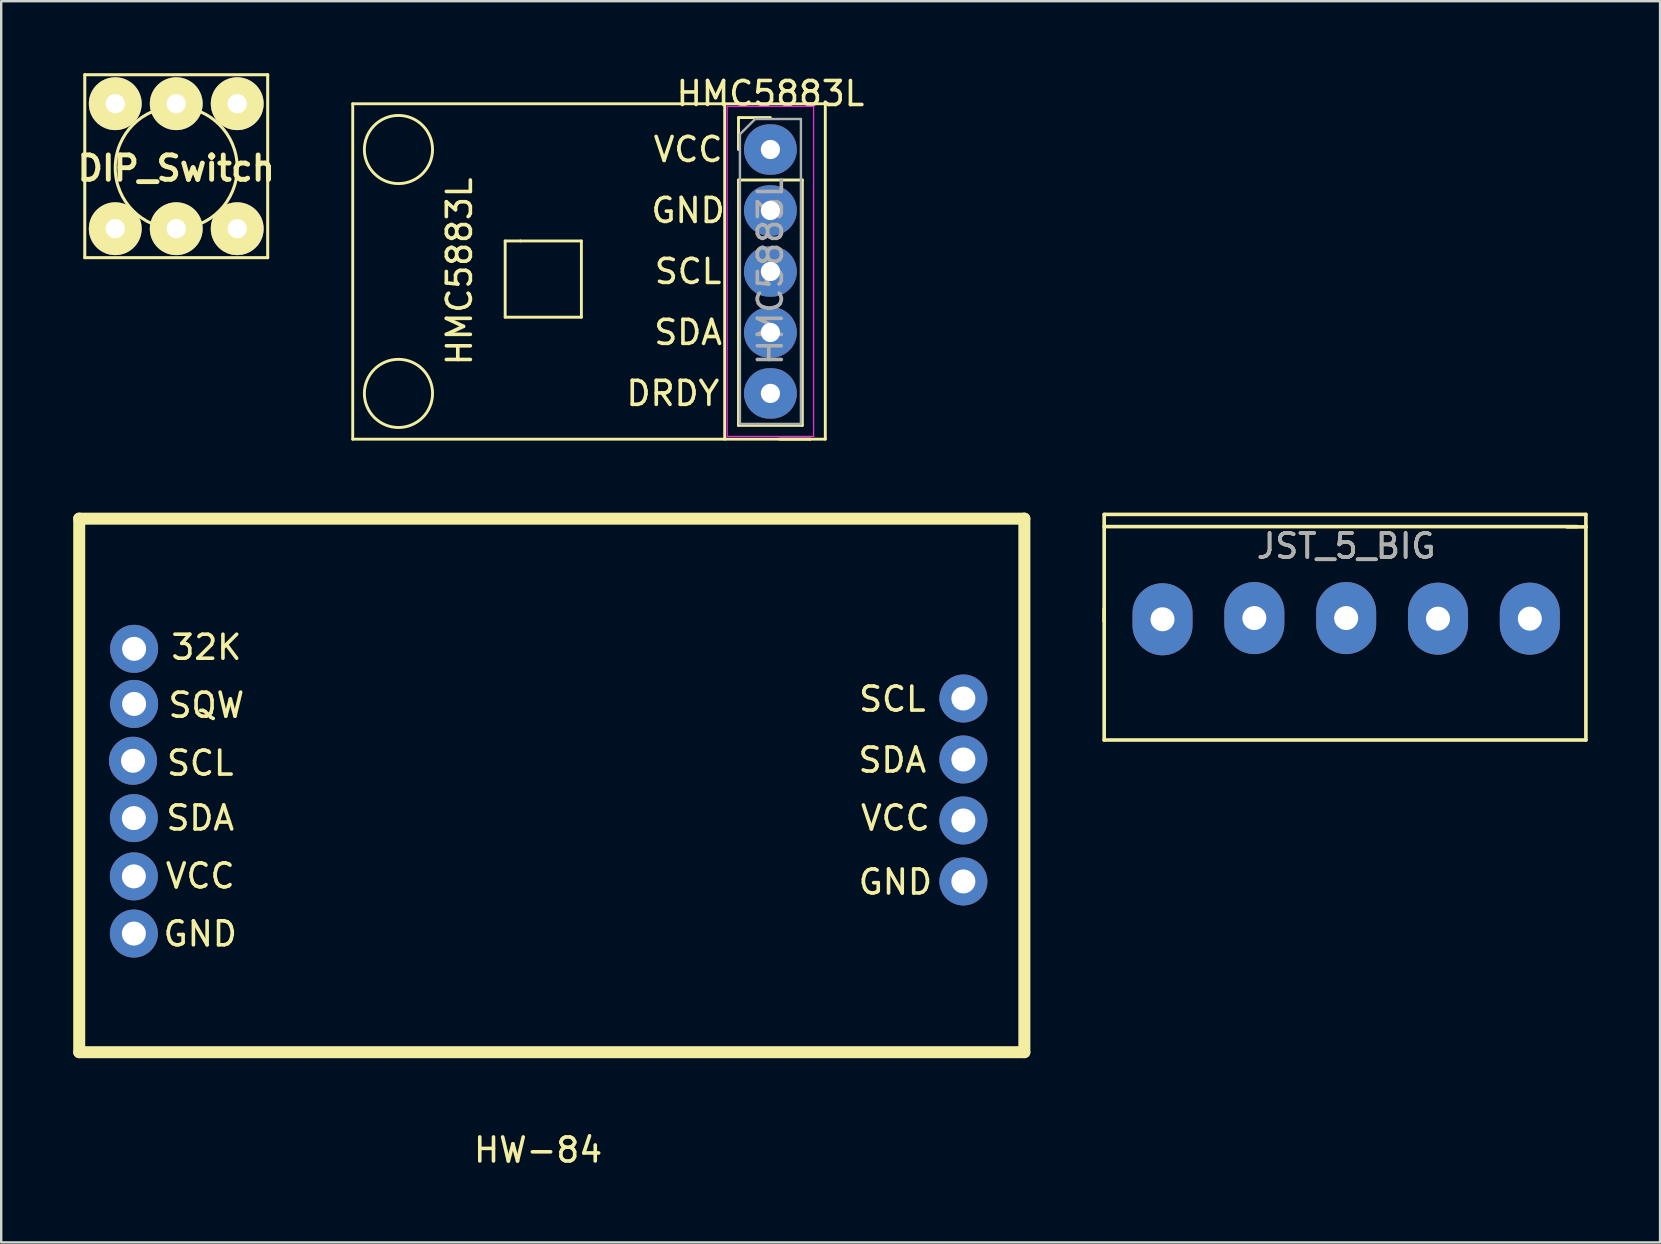
<source format=kicad_pcb>
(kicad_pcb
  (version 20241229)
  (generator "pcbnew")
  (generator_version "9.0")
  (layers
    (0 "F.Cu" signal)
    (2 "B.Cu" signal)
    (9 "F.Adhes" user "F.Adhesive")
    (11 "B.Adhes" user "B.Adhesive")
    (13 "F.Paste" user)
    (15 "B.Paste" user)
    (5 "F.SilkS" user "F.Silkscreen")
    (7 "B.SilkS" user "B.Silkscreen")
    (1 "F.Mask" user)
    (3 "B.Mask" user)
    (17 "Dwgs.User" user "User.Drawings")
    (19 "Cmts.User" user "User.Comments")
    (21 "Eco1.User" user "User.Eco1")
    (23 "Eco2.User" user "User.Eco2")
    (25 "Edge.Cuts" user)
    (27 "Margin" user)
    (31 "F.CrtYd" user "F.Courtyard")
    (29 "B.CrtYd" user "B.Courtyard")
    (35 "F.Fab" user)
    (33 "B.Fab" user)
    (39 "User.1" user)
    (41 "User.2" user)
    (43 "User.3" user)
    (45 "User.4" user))
  (footprint "DIP_Switch"
    (layer "F.Cu")
    (at 4.291 3.81)
    (property "Reference" "DIP_Switch" (at 0 0.15 0) (layer "F.SilkS") (effects (font (size 1.016 1.016) (thickness 0.203))))
    (attr through_hole)
    (fp_line (start -3.81 -3.747) (end -3.81 3.873) (stroke (width 0.127) (type solid)) (layer "F.SilkS"))
    (fp_line (start -3.81 -3.747) (end 3.81 -3.747) (stroke (width 0.127) (type solid)) (layer "F.SilkS"))
    (fp_line (start 3.81 -3.747) (end 3.81 3.873) (stroke (width 0.127) (type solid)) (layer "F.SilkS"))
    (fp_line (start 3.81 3.873) (end -3.81 3.873) (stroke (width 0.127) (type solid)) (layer "F.SilkS"))
    (fp_circle (center 0 0.127) (end 0 -2.413) (stroke (width 0.127) (type solid)) (fill no) (layer "F.SilkS"))
    (pad "" thru_hole circle (at -2.54 -2.54) (size 2.2 2.2) (drill 0.8) (layers "*.Cu" "*.Mask" "F.SilkS"))
    (pad "" thru_hole circle (at -2.54 2.667) (size 2.2 2.2) (drill 0.8) (layers "*.Cu" "*.Mask" "F.SilkS"))
    (pad "" thru_hole circle (at 0 -2.54) (size 2.2 2.2) (drill 0.8) (layers "*.Cu" "*.Mask" "F.SilkS"))
    (pad "" thru_hole circle (at 2.54 -2.54) (size 2.2 2.2) (drill 0.8) (layers "*.Cu" "*.Mask" "F.SilkS"))
    (pad "1" thru_hole circle (at 0 2.667) (size 2.2 2.2) (drill 0.8) (layers "*.Cu" "*.Mask" "F.SilkS"))
    (pad "2" thru_hole circle (at 2.54 2.667) (size 2.2 2.2) (drill 0.8) (layers "*.Cu" "*.Mask" "F.SilkS")))
  (footprint "JST_5_BIG"
    (layer "F.Cu")
    (at 48.025 22.696)
    (property "Reference" "JST_5_BIG" (at 5 -3 0) (layer "F.SilkS") (effects (font (size 1 1) (thickness 0.15))))
    (attr through_hole)
    (fp_line (start -5.08 -4.318) (end 14.986 -4.318) (stroke (width 0.15) (type solid)) (layer "F.SilkS"))
    (fp_line (start -5.08 -3.81) (end 14.605 -3.81) (stroke (width 0.15) (type solid)) (layer "F.SilkS"))
    (fp_line (start -5.08 0.127) (end -5.08 -4.318) (stroke (width 0.15) (type solid)) (layer "F.SilkS"))
    (fp_line (start -5.08 5.08) (end -5.08 -0.381) (stroke (width 0.15) (type solid)) (layer "F.SilkS"))
    (fp_line (start 14.986 -4.318) (end 14.986 5.08) (stroke (width 0.15) (type solid)) (layer "F.SilkS"))
    (fp_line (start 14.986 5.08) (end -5.08 5.08) (stroke (width 0.15) (type solid)) (layer "F.SilkS"))
    (fp_line (start 15 -3.8) (end 14.2 -3.8) (stroke (width 0.15) (type solid)) (layer "F.SilkS"))
    (fp_line (start -4.991 0.089) (end -4.978 0.089) (stroke (width 0.15) (type solid)) (layer "B.Adhes"))
    (fp_line (start 1.143 5.042) (end 1.143 5.029) (stroke (width 0.15) (type solid)) (layer "B.Adhes"))
    (fp_text user "${REFERENCE}" (at 5 -3 0) (layer "F.Fab") (effects (font (size 1 1) (thickness 0.15))))
    (pad "1" thru_hole oval (at -2.65 0.05) (size 2.5 3) (drill 1) (layers "*.Cu" "*.Mask"))
    (pad "2" thru_hole oval (at 1.175 0) (size 2.5 3) (drill 1) (layers "*.Cu" "*.Mask"))
    (pad "3" thru_hole oval (at 5 0) (size 2.5 3) (drill 1) (layers "*.Cu" "*.Mask"))
    (pad "4" thru_hole oval (at 8.825 0.025) (size 2.5 3) (drill 1) (layers "*.Cu" "*.Mask"))
    (pad "5" thru_hole oval (at 12.65 0.025) (size 2.5 3) (drill 1) (layers "*.Cu" "*.Mask")))
  (footprint "HW-84"
    (layer "F.Cu")
    (at 19.262 43.725)
    (property "Reference" "HW-84" (at 0.102 1.13 0) (layer "F.SilkS") (effects (font (size 1 1) (thickness 0.15))))
    (attr through_hole)
    (fp_line (start -19.012 -25.171) (end 20.358 -25.171) (stroke (width 0.5) (type solid)) (layer "F.SilkS"))
    (fp_line (start -19.012 -2.946) (end -19.012 -25.171) (stroke (width 0.5) (type solid)) (layer "F.SilkS"))
    (fp_line (start 20.358 -25.171) (end 20.358 -2.946) (stroke (width 0.5) (type solid)) (layer "F.SilkS"))
    (fp_line (start 20.358 -2.946) (end -19.012 -2.946) (stroke (width 0.5) (type solid)) (layer "F.SilkS"))
    (fp_text user "VCC" (at 14.986 -12.7 0) (layer "F.SilkS") (effects (font (size 1 1) (thickness 0.15))))
    (fp_text user "SDA" (at 14.859 -15.113 0) (layer "F.SilkS") (effects (font (size 1 1) (thickness 0.15))))
    (fp_text user "SCL" (at 14.859 -17.653 0) (layer "F.SilkS") (effects (font (size 1 1) (thickness 0.15))))
    (fp_text user "GND" (at -13.97 -7.874 0) (layer "F.SilkS") (effects (font (size 1 1) (thickness 0.15))))
    (fp_text user "SDA" (at -13.97 -12.7 0) (layer "F.SilkS") (effects (font (size 1 1) (thickness 0.15))))
    (fp_text user "SCL" (at -13.97 -14.986 0) (layer "F.SilkS") (effects (font (size 1 1) (thickness 0.15))))
    (fp_text user "VCC" (at -13.97 -10.287 0) (layer "F.SilkS") (effects (font (size 1 1) (thickness 0.15))))
    (fp_text user "32K" (at -13.716 -19.812 0) (layer "F.SilkS") (effects (font (size 1 1) (thickness 0.15))))
    (fp_text user "GND" (at 14.986 -10.033 0) (layer "F.SilkS") (effects (font (size 1 1) (thickness 0.15))))
    (fp_text user "SQW" (at -13.716 -17.399 0) (layer "F.SilkS") (effects (font (size 1 1) (thickness 0.15))))
    (pad "1" thru_hole circle (at 17.818 -17.678) (size 2 2) (drill 1) (layers "*.Cu" "*.Mask"))
    (pad "2" thru_hole circle (at 17.818 -15.138) (size 2 2) (drill 1) (layers "*.Cu" "*.Mask"))
    (pad "3" thru_hole circle (at 17.818 -12.598) (size 2 2) (drill 1) (layers "*.Cu" "*.Mask"))
    (pad "4" thru_hole circle (at 17.818 -10.058) (size 2 2) (drill 1) (layers "*.Cu" "*.Mask"))
    (pad "5" thru_hole circle (at -16.726 -19.748) (size 2 2) (drill 1) (layers "*.Cu" "*.Mask"))
    (pad "6" thru_hole circle (at -16.726 -17.452) (size 2 2) (drill 1) (layers "*.Cu" "*.Mask"))
    (pad "7" thru_hole circle (at -16.772 -15.085) (size 2 2) (drill 1) (layers "*.Cu" "*.Mask"))
    (pad "8" thru_hole circle (at -16.736 -12.697) (size 2 2) (drill 1) (layers "*.Cu" "*.Mask"))
    (pad "9" thru_hole circle (at -16.736 -10.269) (size 2 2) (drill 1) (layers "*.Cu" "*.Mask"))
    (pad "10" thru_hole circle (at -16.736 -7.887) (size 2 2) (drill 1) (layers "*.Cu" "*.Mask")))
  (footprint "HMC5883L"
    (layer "F.Cu")
    (at 24.978 4.448)
    (property "Reference" "HMC5883L" (at 4.064 -3.6 0) (layer "F.SilkS") (effects (font (size 1 1) (thickness 0.15))))
    (attr through_hole)
    (fp_line (start -13.335 -3.175) (end -13.335 10.795) (stroke (width 0.12) (type solid)) (layer "F.SilkS"))
    (fp_line (start -13.335 10.795) (end 5.715 10.795) (stroke (width 0.12) (type solid)) (layer "F.SilkS"))
    (fp_line (start -6.985 2.54) (end -6.35 2.54) (stroke (width 0.12) (type solid)) (layer "F.SilkS"))
    (fp_line (start -6.985 5.715) (end -6.985 2.54) (stroke (width 0.12) (type solid)) (layer "F.SilkS"))
    (fp_line (start -6.35 2.54) (end -3.81 2.54) (stroke (width 0.12) (type solid)) (layer "F.SilkS"))
    (fp_line (start -3.81 2.54) (end -3.81 5.715) (stroke (width 0.12) (type solid)) (layer "F.SilkS"))
    (fp_line (start -3.81 5.715) (end -6.985 5.715) (stroke (width 0.12) (type solid)) (layer "F.SilkS"))
    (fp_line (start 2.159 -3.175) (end 2.159 10.795) (stroke (width 0.12) (type solid)) (layer "F.SilkS"))
    (fp_line (start 2.734 -2.6) (end 4.064 -2.6) (stroke (width 0.12) (type solid)) (layer "F.SilkS"))
    (fp_line (start 2.734 -1.27) (end 2.734 -2.6) (stroke (width 0.12) (type solid)) (layer "F.SilkS"))
    (fp_line (start 2.734 0) (end 2.734 10.22) (stroke (width 0.12) (type solid)) (layer "F.SilkS"))
    (fp_line (start 2.734 0) (end 5.394 0) (stroke (width 0.12) (type solid)) (layer "F.SilkS"))
    (fp_line (start 2.734 10.22) (end 5.394 10.22) (stroke (width 0.12) (type solid)) (layer "F.SilkS"))
    (fp_line (start 5.394 0) (end 5.394 10.22) (stroke (width 0.12) (type solid)) (layer "F.SilkS"))
    (fp_line (start 5.715 -3.175) (end -13.335 -3.175) (stroke (width 0.12) (type solid)) (layer "F.SilkS"))
    (fp_line (start 5.715 -3.175) (end 6.35 -3.175) (stroke (width 0.12) (type solid)) (layer "F.SilkS"))
    (fp_line (start 5.715 10.795) (end 4.445 10.795) (stroke (width 0.12) (type solid)) (layer "F.SilkS"))
    (fp_line (start 6.35 -3.175) (end 6.35 10.795) (stroke (width 0.12) (type solid)) (layer "F.SilkS"))
    (fp_line (start 6.35 10.795) (end 5.715 10.795) (stroke (width 0.12) (type solid)) (layer "F.SilkS"))
    (fp_circle (center -11.43 -1.27) (end -10.795 0) (stroke (width 0.12) (type solid)) (fill no) (layer "F.SilkS"))
    (fp_circle (center -11.43 8.89) (end -10.16 9.525) (stroke (width 0.12) (type solid)) (fill no) (layer "F.SilkS"))
    (fp_line (start 2.264 -3.07) (end 2.264 10.68) (stroke (width 0.05) (type solid)) (layer "F.CrtYd"))
    (fp_line (start 2.264 10.68) (end 5.864 10.68) (stroke (width 0.05) (type solid)) (layer "F.CrtYd"))
    (fp_line (start 5.864 -3.07) (end 2.264 -3.07) (stroke (width 0.05) (type solid)) (layer "F.CrtYd"))
    (fp_line (start 5.864 10.68) (end 5.864 -3.07) (stroke (width 0.05) (type solid)) (layer "F.CrtYd"))
    (fp_line (start 2.794 -1.905) (end 3.429 -2.54) (stroke (width 0.1) (type solid)) (layer "F.Fab"))
    (fp_line (start 2.794 10.16) (end 2.794 -1.905) (stroke (width 0.1) (type solid)) (layer "F.Fab"))
    (fp_line (start 3.429 -2.54) (end 5.334 -2.54) (stroke (width 0.1) (type solid)) (layer "F.Fab"))
    (fp_line (start 5.334 -2.54) (end 5.334 10.16) (stroke (width 0.1) (type solid)) (layer "F.Fab"))
    (fp_line (start 5.334 10.16) (end 2.794 10.16) (stroke (width 0.1) (type solid)) (layer "F.Fab"))
    (fp_text user "VCC" (at 0.635 -1.27 0) (layer "F.SilkS") (effects (font (size 1 1) (thickness 0.15))))
    (fp_text user "SCL" (at 0.635 3.81 0) (layer "F.SilkS") (effects (font (size 1 1) (thickness 0.15))))
    (fp_text user "SDA" (at 0.635 6.35 0) (layer "F.SilkS") (effects (font (size 1 1) (thickness 0.15))))
    (fp_text user "DRDY" (at 0 8.89 0) (layer "F.SilkS") (effects (font (size 1 1) (thickness 0.15))))
    (fp_text user "HMC5883L" (at -8.89 3.81 90) (layer "F.SilkS") (effects (font (size 1 1) (thickness 0.15))))
    (fp_text user "GND" (at 0.635 1.27 0) (layer "F.SilkS") (effects (font (size 1 1) (thickness 0.15))))
    (fp_text user "${REFERENCE}" (at 4.064 3.81 90) (layer "F.Fab") (effects (font (size 1 1) (thickness 0.15))))
    (pad "1" thru_hole oval (at 4.064 -1.27) (size 2.2 2.1) (drill 0.8) (layers "*.Cu" "*.Mask"))
    (pad "2" thru_hole oval (at 4.064 1.27) (size 2.2 2.1) (drill 0.8) (layers "*.Cu" "*.Mask"))
    (pad "3" thru_hole oval (at 4.064 3.81) (size 2.2 2.1) (drill 0.8) (layers "*.Cu" "*.Mask"))
    (pad "4" thru_hole oval (at 4.064 6.35) (size 2.2 2.1) (drill 0.8) (layers "*.Cu" "*.Mask"))
    (pad "5" thru_hole oval (at 4.064 8.89) (size 2.2 2.1) (drill 0.8) (layers "*.Cu" "*.Mask")))
  (gr_rect
    (start -3 -3)
    (end 66.1 48.703)
    (stroke (width 0.1) (type default))
    (fill no)
    (layer "Edge.Cuts")))
</source>
